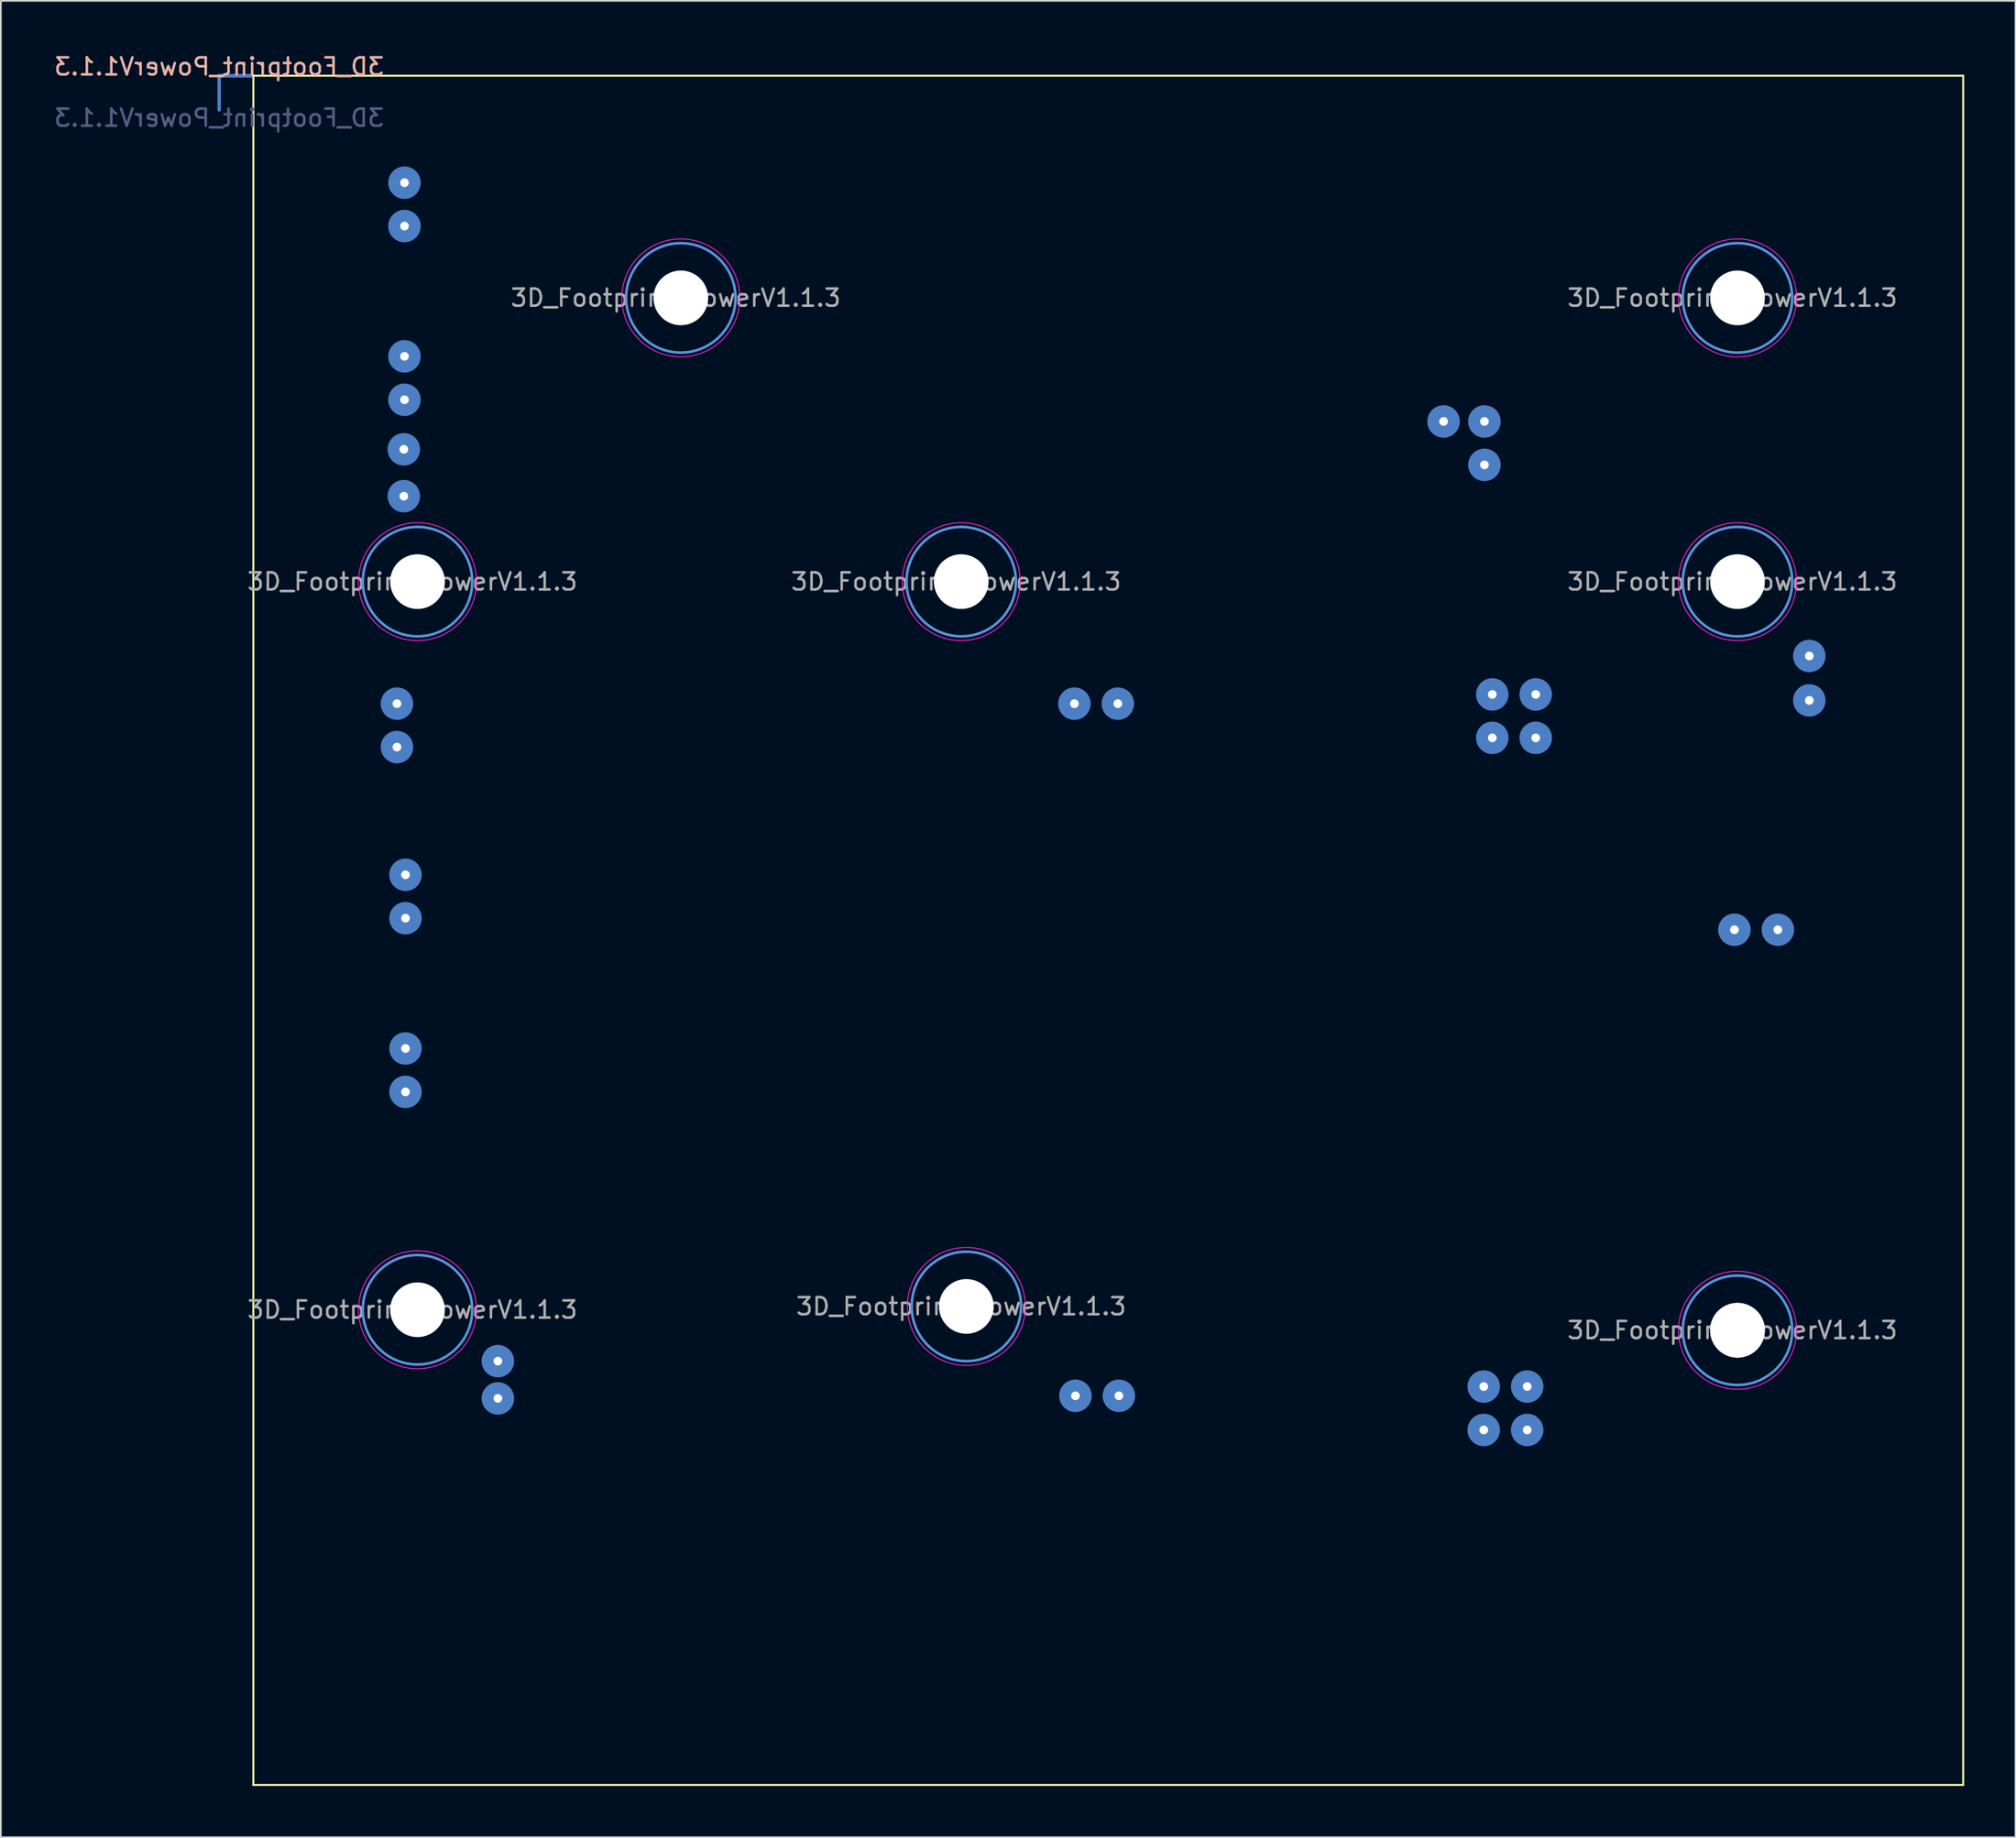
<source format=kicad_pcb>
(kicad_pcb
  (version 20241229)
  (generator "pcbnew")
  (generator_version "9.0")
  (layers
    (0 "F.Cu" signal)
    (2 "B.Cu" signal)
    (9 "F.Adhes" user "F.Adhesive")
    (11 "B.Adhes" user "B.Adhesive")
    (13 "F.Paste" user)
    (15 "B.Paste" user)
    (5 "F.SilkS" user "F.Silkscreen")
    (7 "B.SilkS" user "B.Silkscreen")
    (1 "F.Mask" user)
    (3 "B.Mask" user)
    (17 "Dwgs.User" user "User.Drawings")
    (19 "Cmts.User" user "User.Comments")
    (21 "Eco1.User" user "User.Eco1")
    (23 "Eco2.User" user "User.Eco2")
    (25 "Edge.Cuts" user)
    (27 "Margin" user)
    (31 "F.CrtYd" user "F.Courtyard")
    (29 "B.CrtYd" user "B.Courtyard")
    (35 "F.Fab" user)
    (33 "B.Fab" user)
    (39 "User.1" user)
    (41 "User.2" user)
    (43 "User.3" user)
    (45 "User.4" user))
  (footprint "3D_Footprint_PowerV1.1.3"
    (layer "F.Cu")
    (at 9.768 1.378)
    (property "Reference" "3D_Footprint_PowerV1.1.3" (at 0 -0.53 0) (unlocked yes) (layer "B.SilkS") (effects (font (size 1 1) (thickness 0.15)) (justify mirror)))
    (attr smd)
    (fp_line (start 0 0) (end 0 2) (stroke (width 0.2) (type solid)) (layer "B.Cu"))
    (fp_line (start 0 0) (end 2 0) (stroke (width 0.2) (type solid)) (layer "B.Cu"))
    (fp_line (start 2 0) (end 0 0) (stroke (width 0.2) (type solid)) (layer "B.Cu"))
    (fp_line (start 2 0) (end 102 0) (stroke (width 0.12) (type solid)) (layer "F.SilkS"))
    (fp_line (start 2 100) (end 2 0) (stroke (width 0.12) (type solid)) (layer "F.SilkS"))
    (fp_line (start 102 0) (end 102 100) (stroke (width 0.12) (type solid)) (layer "F.SilkS"))
    (fp_line (start 102 100) (end 2 100) (stroke (width 0.12) (type solid)) (layer "F.SilkS"))
    (fp_circle (center 11.6 29.6) (end 8.4 29.6) (stroke (width 0.15) (type solid)) (fill no) (layer "Cmts.User"))
    (fp_circle (center 11.6 72.2) (end 8.4 72.2) (stroke (width 0.15) (type solid)) (fill no) (layer "Cmts.User"))
    (fp_circle (center 27 13) (end 23.8 13) (stroke (width 0.15) (type solid)) (fill no) (layer "Cmts.User"))
    (fp_circle (center 43.4 29.6) (end 40.2 29.6) (stroke (width 0.15) (type solid)) (fill no) (layer "Cmts.User"))
    (fp_circle (center 43.7 72.005) (end 40.5 72.005) (stroke (width 0.15) (type solid)) (fill no) (layer "Cmts.User"))
    (fp_circle (center 88.8 13) (end 85.6 13) (stroke (width 0.15) (type solid)) (fill no) (layer "Cmts.User"))
    (fp_circle (center 88.8 29.6) (end 85.6 29.6) (stroke (width 0.15) (type solid)) (fill no) (layer "Cmts.User"))
    (fp_circle (center 88.8 73.4) (end 85.6 73.4) (stroke (width 0.15) (type solid)) (fill no) (layer "Cmts.User"))
    (fp_circle (center 11.6 29.6) (end 8.15 29.6) (stroke (width 0.05) (type solid)) (fill no) (layer "F.CrtYd"))
    (fp_circle (center 11.6 72.2) (end 8.15 72.2) (stroke (width 0.05) (type solid)) (fill no) (layer "F.CrtYd"))
    (fp_circle (center 27 13) (end 23.55 13) (stroke (width 0.05) (type solid)) (fill no) (layer "F.CrtYd"))
    (fp_circle (center 43.4 29.6) (end 39.95 29.6) (stroke (width 0.05) (type solid)) (fill no) (layer "F.CrtYd"))
    (fp_circle (center 43.7 72.005) (end 40.25 72.005) (stroke (width 0.05) (type solid)) (fill no) (layer "F.CrtYd"))
    (fp_circle (center 88.8 13) (end 85.35 13) (stroke (width 0.05) (type solid)) (fill no) (layer "F.CrtYd"))
    (fp_circle (center 88.8 29.6) (end 85.35 29.6) (stroke (width 0.05) (type solid)) (fill no) (layer "F.CrtYd"))
    (fp_circle (center 88.8 73.4) (end 85.35 73.4) (stroke (width 0.05) (type solid)) (fill no) (layer "F.CrtYd"))
    (fp_text user "${REFERENCE}" (at 0 2.47 0) (unlocked yes) (layer "B.Fab") (effects (font (size 1 1) (thickness 0.15)) (justify mirror)))
    (fp_text user "${REFERENCE}" (at 43.1 29.6 0) (layer "F.Fab") (effects (font (size 1 1) (thickness 0.15))))
    (fp_text user "${REFERENCE}" (at 88.5 29.6 0) (layer "F.Fab") (effects (font (size 1 1) (thickness 0.15))))
    (fp_text user "${REFERENCE}" (at 88.5 13 0) (layer "F.Fab") (effects (font (size 1 1) (thickness 0.15))))
    (fp_text user "${REFERENCE}" (at 43.4 72.005 0) (layer "F.Fab") (effects (font (size 1 1) (thickness 0.15))))
    (fp_text user "${REFERENCE}" (at 11.3 72.2 0) (layer "F.Fab") (effects (font (size 1 1) (thickness 0.15))))
    (fp_text user "${REFERENCE}" (at 26.7 13 0) (layer "F.Fab") (effects (font (size 1 1) (thickness 0.15))))
    (fp_text user "${REFERENCE}" (at 11.3 29.6 0) (layer "F.Fab") (effects (font (size 1 1) (thickness 0.15))))
    (fp_text user "${REFERENCE}" (at 88.5 73.4 0) (layer "F.Fab") (effects (font (size 1 1) (thickness 0.15))))
    (pad "" np_thru_hole circle (at 11.6 29.6) (size 3.2 3.2) (drill 3.2) (layers "*.Cu" "*.Mask"))
    (pad "" np_thru_hole circle (at 11.6 72.2) (size 3.2 3.2) (drill 3.2) (layers "*.Cu" "*.Mask"))
    (pad "" np_thru_hole circle (at 27 13) (size 3.2 3.2) (drill 3.2) (layers "*.Cu" "*.Mask"))
    (pad "" np_thru_hole circle (at 43.4 29.6) (size 3.2 3.2) (drill 3.2) (layers "*.Cu" "*.Mask"))
    (pad "" np_thru_hole circle (at 43.7 72.005) (size 3.2 3.2) (drill 3.2) (layers "*.Cu" "*.Mask"))
    (pad "" np_thru_hole circle (at 88.8 13) (size 3.2 3.2) (drill 3.2) (layers "*.Cu" "*.Mask"))
    (pad "" np_thru_hole circle (at 88.8 29.6) (size 3.2 3.2) (drill 3.2) (layers "*.Cu" "*.Mask"))
    (pad "" np_thru_hole circle (at 88.8 73.4) (size 3.2 3.2) (drill 3.2) (layers "*.Cu" "*.Mask"))
    (pad "" np_thru_hole circle (at 88.8 73.4) (size 3.2 3.2) (drill 3.2) (layers "*.Cu" "*.Mask"))
    (pad "1" thru_hole circle (at 10.398 36.74) (size 1 1) (drill 0.508) (layers "*.Cu" "*.Mask"))
    (pad "1" smd circle (at 10.398 36.74) (size 1.9 1.9) (layers "B.Cu" "B.Mask" "B.Paste"))
    (pad "1" thru_hole circle (at 10.398 39.28) (size 1 1) (drill 0.508) (layers "*.Cu" "*.Mask"))
    (pad "1" smd circle (at 10.398 39.28) (size 1.9 1.9) (layers "B.Cu" "B.Mask" "B.Paste"))
    (pad "1" thru_hole circle (at 10.8 21.86 90) (size 1 1) (drill 0.508) (layers "*.Cu" "*.Mask"))
    (pad "1" smd circle (at 10.8 21.86 90) (size 1.9 1.9) (layers "B.Cu" "B.Mask" "B.Paste"))
    (pad "1" thru_hole circle (at 10.8 24.6 90) (size 1 1) (drill 0.508) (layers "*.Cu" "*.Mask"))
    (pad "1" smd circle (at 10.8 24.6 90) (size 1.9 1.9) (layers "B.Cu" "B.Mask" "B.Paste"))
    (pad "1" thru_hole circle (at 10.838 6.26) (size 1 1) (drill 0.508) (layers "*.Cu" "*.Mask"))
    (pad "1" smd circle (at 10.838 6.26) (size 1.9 1.9) (layers "B.Cu" "B.Mask" "B.Paste"))
    (pad "1" thru_hole circle (at 10.838 8.8) (size 1 1) (drill 0.508) (layers "*.Cu" "*.Mask"))
    (pad "1" smd circle (at 10.838 8.8) (size 1.9 1.9) (layers "B.Cu" "B.Mask" "B.Paste"))
    (pad "1" thru_hole circle (at 10.838 16.42) (size 1 1) (drill 0.508) (layers "*.Cu" "*.Mask"))
    (pad "1" smd circle (at 10.838 16.42) (size 1.9 1.9) (layers "B.Cu" "B.Mask" "B.Paste"))
    (pad "1" thru_hole circle (at 10.838 18.96) (size 1 1) (drill 0.508) (layers "*.Cu" "*.Mask"))
    (pad "1" smd circle (at 10.838 18.96) (size 1.9 1.9) (layers "B.Cu" "B.Mask" "B.Paste"))
    (pad "1" thru_hole circle (at 10.898 46.752) (size 1 1) (drill 0.508) (layers "*.Cu" "*.Mask"))
    (pad "1" smd circle (at 10.898 46.752) (size 1.9 1.9) (layers "B.Cu" "B.Mask" "B.Paste"))
    (pad "1" thru_hole circle (at 10.898 49.292) (size 1 1) (drill 0.508) (layers "*.Cu" "*.Mask"))
    (pad "1" smd circle (at 10.898 49.292) (size 1.9 1.9) (layers "B.Cu" "B.Mask" "B.Paste"))
    (pad "1" thru_hole circle (at 10.898 56.913) (size 1 1) (drill 0.508) (layers "*.Cu" "*.Mask"))
    (pad "1" smd circle (at 10.898 56.913) (size 1.9 1.9) (layers "B.Cu" "B.Mask" "B.Paste"))
    (pad "1" thru_hole circle (at 10.898 59.453) (size 1 1) (drill 0.508) (layers "*.Cu" "*.Mask"))
    (pad "1" smd circle (at 10.898 59.453) (size 1.9 1.9) (layers "B.Cu" "B.Mask" "B.Paste"))
    (pad "1" thru_hole circle (at 16.3 75.205 90) (size 1 1) (drill 0.508) (layers "*.Cu" "*.Mask"))
    (pad "1" smd circle (at 16.3 75.205 90) (size 1.9 1.9) (layers "B.Cu" "B.Mask" "B.Paste"))
    (pad "1" thru_hole circle (at 16.3 77.385 90) (size 1 1) (drill 0.508) (layers "*.Cu" "*.Mask"))
    (pad "1" smd circle (at 16.3 77.385 90) (size 1.9 1.9) (layers "B.Cu" "B.Mask" "B.Paste"))
    (pad "1" thru_hole circle (at 50.02 36.74) (size 1 1) (drill 0.508) (layers "*.Cu" "*.Mask"))
    (pad "1" smd circle (at 50.02 36.74) (size 1.9 1.9) (layers "B.Cu" "B.Mask" "B.Paste"))
    (pad "1" thru_hole circle (at 50.08 77.233) (size 1 1) (drill 0.508) (layers "*.Cu" "*.Mask"))
    (pad "1" smd circle (at 50.08 77.233) (size 1.9 1.9) (layers "B.Cu" "B.Mask" "B.Paste"))
    (pad "1" thru_hole circle (at 52.56 36.74) (size 1 1) (drill 0.508) (layers "*.Cu" "*.Mask"))
    (pad "1" smd circle (at 52.56 36.74) (size 1.9 1.9) (layers "B.Cu" "B.Mask" "B.Paste"))
    (pad "1" thru_hole circle (at 52.62 77.233) (size 1 1) (drill 0.508) (layers "*.Cu" "*.Mask"))
    (pad "1" smd circle (at 52.62 77.233) (size 1.9 1.9) (layers "B.Cu" "B.Mask" "B.Paste"))
    (pad "1" thru_hole circle (at 71.61 20.23) (size 1 1) (drill 0.508) (layers "*.Cu" "*.Mask"))
    (pad "1" smd circle (at 71.61 20.23) (size 1.9 1.9) (layers "B.Cu" "B.Mask" "B.Paste"))
    (pad "1" thru_hole circle (at 73.96 76.692 90) (size 1 1) (drill 0.508) (layers "*.Cu" "*.Mask"))
    (pad "1" smd circle (at 73.96 76.692 90) (size 1.9 1.9) (layers "B.Cu" "B.Mask" "B.Paste"))
    (pad "1" thru_hole circle (at 73.96 79.233 90) (size 1 1) (drill 0.508) (layers "*.Cu" "*.Mask"))
    (pad "1" smd circle (at 73.96 79.233 90) (size 1.9 1.9) (layers "B.Cu" "B.Mask" "B.Paste"))
    (pad "1" thru_hole circle (at 74 20.23) (size 1 1) (drill 0.508) (layers "*.Cu" "*.Mask"))
    (pad "1" smd circle (at 74 20.23) (size 1.9 1.9) (layers "B.Cu" "B.Mask" "B.Paste"))
    (pad "1" thru_hole circle (at 74 22.77) (size 1 1) (drill 0.508) (layers "*.Cu" "*.Mask"))
    (pad "1" smd circle (at 74 22.77) (size 1.9 1.9) (layers "B.Cu" "B.Mask" "B.Paste"))
    (pad "1" thru_hole circle (at 74.46 36.2 90) (size 1 1) (drill 0.508) (layers "*.Cu" "*.Mask"))
    (pad "1" smd circle (at 74.46 36.2 90) (size 1.9 1.9) (layers "B.Cu" "B.Mask" "B.Paste"))
    (pad "1" thru_hole circle (at 74.46 38.74 90) (size 1 1) (drill 0.508) (layers "*.Cu" "*.Mask"))
    (pad "1" smd circle (at 74.46 38.74 90) (size 1.9 1.9) (layers "B.Cu" "B.Mask" "B.Paste"))
    (pad "1" thru_hole circle (at 76.5 76.692 90) (size 1 1) (drill 0.508) (layers "*.Cu" "*.Mask"))
    (pad "1" smd circle (at 76.5 76.692 90) (size 1.9 1.9) (layers "B.Cu" "B.Mask" "B.Paste"))
    (pad "1" thru_hole circle (at 76.5 79.233 90) (size 1 1) (drill 0.508) (layers "*.Cu" "*.Mask"))
    (pad "1" smd circle (at 76.5 79.233 90) (size 1.9 1.9) (layers "B.Cu" "B.Mask" "B.Paste"))
    (pad "1" thru_hole circle (at 77 36.2 90) (size 1 1) (drill 0.508) (layers "*.Cu" "*.Mask"))
    (pad "1" smd circle (at 77 36.2 90) (size 1.9 1.9) (layers "B.Cu" "B.Mask" "B.Paste"))
    (pad "1" thru_hole circle (at 77 38.74 90) (size 1 1) (drill 0.508) (layers "*.Cu" "*.Mask"))
    (pad "1" smd circle (at 77 38.74 90) (size 1.9 1.9) (layers "B.Cu" "B.Mask" "B.Paste"))
    (pad "1" thru_hole circle (at 88.62 49.968 270) (size 1 1) (drill 0.508) (layers "*.Cu" "*.Mask"))
    (pad "1" smd circle (at 88.62 49.968 270) (size 1.9 1.9) (layers "B.Cu" "B.Mask" "B.Paste"))
    (pad "1" thru_hole circle (at 91.16 49.968 270) (size 1 1) (drill 0.508) (layers "*.Cu" "*.Mask"))
    (pad "1" smd circle (at 91.16 49.968 270) (size 1.9 1.9) (layers "B.Cu" "B.Mask" "B.Paste"))
    (pad "1" thru_hole circle (at 93 33.95 90) (size 1 1) (drill 0.508) (layers "*.Cu" "*.Mask"))
    (pad "1" smd circle (at 93 33.95) (size 1.524 1.524) (layers "F.Cu" "F.Mask"))
    (pad "1" smd circle (at 93 33.95 90) (size 1.9 1.9) (layers "B.Cu" "B.Mask" "B.Paste"))
    (pad "1" thru_hole circle (at 93 36.55) (size 1 1) (drill 0.508) (layers "*.Cu" "*.Mask"))
    (pad "1" smd circle (at 93 36.55) (size 1.9 1.9) (layers "B.Cu" "B.Mask" "B.Paste")))
  (gr_rect
    (start -3 -3)
    (end 114.828 104.438)
    (stroke (width 0.1) (type default))
    (fill no)
    (layer "Edge.Cuts")))
</source>
